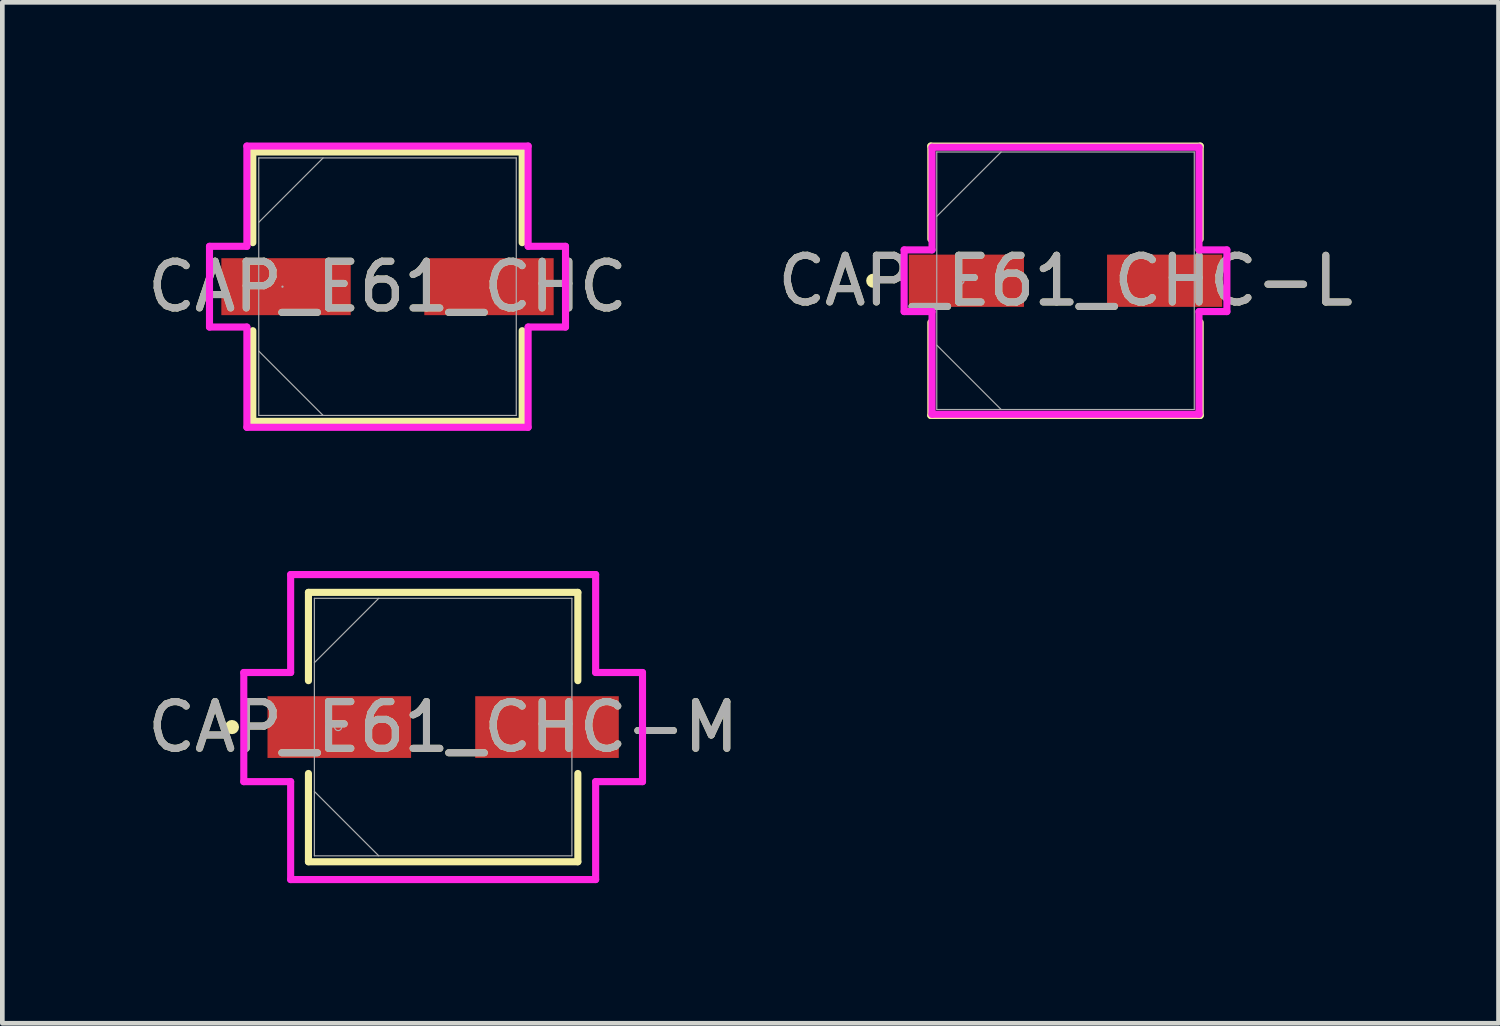
<source format=kicad_pcb>
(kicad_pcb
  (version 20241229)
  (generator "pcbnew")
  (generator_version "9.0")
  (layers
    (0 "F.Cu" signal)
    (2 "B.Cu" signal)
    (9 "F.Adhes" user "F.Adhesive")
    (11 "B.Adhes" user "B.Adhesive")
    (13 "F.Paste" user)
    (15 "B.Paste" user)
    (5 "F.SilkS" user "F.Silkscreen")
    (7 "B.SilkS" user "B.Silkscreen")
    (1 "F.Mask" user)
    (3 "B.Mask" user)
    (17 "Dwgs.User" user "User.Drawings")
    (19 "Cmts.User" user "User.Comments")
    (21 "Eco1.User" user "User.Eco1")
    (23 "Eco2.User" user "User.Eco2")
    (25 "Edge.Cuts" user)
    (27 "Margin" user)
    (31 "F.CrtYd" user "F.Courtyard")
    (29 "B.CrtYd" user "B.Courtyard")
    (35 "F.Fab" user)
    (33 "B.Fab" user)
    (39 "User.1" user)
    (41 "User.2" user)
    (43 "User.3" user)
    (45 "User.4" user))
  (footprint "CAP_E61_CHC"
    (layer "F.Cu")
    (at 5.244 3.086)
    (property "Reference" "CAP_E61_CHC" (at 0 0 0) (unlocked yes) (layer "F.SilkS") (effects (font (size 1 1) (thickness 0.15))))
    (attr smd)
    (fp_line (start -2.883 -2.883) (end -2.883 -0.942) (stroke (width 0.152) (type solid)) (layer "F.SilkS"))
    (fp_line (start -2.883 0.942) (end -2.883 2.883) (stroke (width 0.152) (type solid)) (layer "F.SilkS"))
    (fp_line (start -2.883 2.883) (end 2.883 2.883) (stroke (width 0.152) (type solid)) (layer "F.SilkS"))
    (fp_line (start 2.883 -2.883) (end -2.883 -2.883) (stroke (width 0.152) (type solid)) (layer "F.SilkS"))
    (fp_line (start 2.883 -0.942) (end 2.883 -2.883) (stroke (width 0.152) (type solid)) (layer "F.SilkS"))
    (fp_line (start 2.883 2.883) (end 2.883 0.942) (stroke (width 0.152) (type solid)) (layer "F.SilkS"))
    (fp_line (start -3.81 -0.864) (end -3.01 -0.864) (stroke (width 0.152) (type solid)) (layer "F.CrtYd"))
    (fp_line (start -3.81 0.864) (end -3.81 -0.864) (stroke (width 0.152) (type solid)) (layer "F.CrtYd"))
    (fp_line (start -3.01 -3.01) (end 3.01 -3.01) (stroke (width 0.152) (type solid)) (layer "F.CrtYd"))
    (fp_line (start -3.01 -0.864) (end -3.01 -3.01) (stroke (width 0.152) (type solid)) (layer "F.CrtYd"))
    (fp_line (start -3.01 0.864) (end -3.81 0.864) (stroke (width 0.152) (type solid)) (layer "F.CrtYd"))
    (fp_line (start -3.01 3.01) (end -3.01 0.864) (stroke (width 0.152) (type solid)) (layer "F.CrtYd"))
    (fp_line (start 3.01 -3.01) (end 3.01 -0.864) (stroke (width 0.152) (type solid)) (layer "F.CrtYd"))
    (fp_line (start 3.01 -0.864) (end 3.81 -0.864) (stroke (width 0.152) (type solid)) (layer "F.CrtYd"))
    (fp_line (start 3.01 0.864) (end 3.01 3.01) (stroke (width 0.152) (type solid)) (layer "F.CrtYd"))
    (fp_line (start 3.01 3.01) (end -3.01 3.01) (stroke (width 0.152) (type solid)) (layer "F.CrtYd"))
    (fp_line (start 3.81 -0.864) (end 3.81 0.864) (stroke (width 0.152) (type solid)) (layer "F.CrtYd"))
    (fp_line (start 3.81 0.864) (end 3.01 0.864) (stroke (width 0.152) (type solid)) (layer "F.CrtYd"))
    (fp_line (start -2.756 -2.756) (end -2.756 2.756) (stroke (width 0.025) (type solid)) (layer "F.Fab"))
    (fp_line (start -2.756 -1.378) (end -1.378 -2.756) (stroke (width 0.025) (type solid)) (layer "F.Fab"))
    (fp_line (start -2.756 1.378) (end -1.378 2.756) (stroke (width 0.025) (type solid)) (layer "F.Fab"))
    (fp_line (start -2.756 2.756) (end 2.756 2.756) (stroke (width 0.025) (type solid)) (layer "F.Fab"))
    (fp_line (start 2.756 -2.756) (end -2.756 -2.756) (stroke (width 0.025) (type solid)) (layer "F.Fab"))
    (fp_line (start 2.756 2.756) (end 2.756 -2.756) (stroke (width 0.025) (type solid)) (layer "F.Fab"))
    (fp_circle (center -2.248 0) (end -2.248 0) (stroke (width 0.025) (type solid)) (fill no) (layer "F.Fab"))
    (fp_text user "${REFERENCE}" (at 0 0 0) (unlocked yes) (layer "F.Fab") (effects (font (size 1 1) (thickness 0.15))))
    (pad "1" smd rect (at -2.172 0) (size 2.769 1.219) (layers "F.Cu" "F.Mask" "F.Paste"))
    (pad "2" smd rect (at 2.172 0) (size 2.769 1.219) (layers "F.Cu" "F.Mask" "F.Paste"))
    (zone (net_name "") (layer "F.Cu") (hatch full 0.508) (connect_pads) (min_thickness 0.254) (filled_areas_thickness no) (keepout (tracks not_allowed) (vias not_allowed) (pads allowed) (copperpour not_allowed) (footprints allowed)) (placement (enabled no)) (fill) (polygon (pts (xy 2.539 0.381) (xy 7.949 0.381) (xy 7.949 2.426) (xy 2.539 2.426))))
    (zone (net_name "") (layer "F.Cu") (hatch full 0.508) (connect_pads) (min_thickness 0.254) (filled_areas_thickness no) (keepout (tracks not_allowed) (vias not_allowed) (pads allowed) (copperpour not_allowed) (footprints allowed)) (placement (enabled no)) (fill) (polygon (pts (xy 2.539 3.747) (xy 7.949 3.747) (xy 7.949 5.791) (xy 2.539 5.791))))
    (zone (net_name "") (layer "F.Cu") (hatch full 0.508) (connect_pads) (min_thickness 0.254) (filled_areas_thickness no) (keepout (tracks not_allowed) (vias not_allowed) (pads allowed) (copperpour not_allowed) (footprints allowed)) (placement (enabled no)) (fill) (polygon (pts (xy 4.507 2.426) (xy 5.981 2.426) (xy 5.981 3.747) (xy 4.507 3.747)))))
  (footprint "CAP_E61_CHC-L"
    (layer "F.Cu")
    (at 19.756 2.959)
    (property "Reference" "CAP_E61_CHC-L" (at 0 0 0) (unlocked yes) (layer "F.SilkS") (effects (font (size 1 1) (thickness 0.15))))
    (attr smd)
    (fp_line (start -2.883 -2.883) (end -2.883 -0.892) (stroke (width 0.152) (type solid)) (layer "F.SilkS"))
    (fp_line (start -2.883 0.892) (end -2.883 2.883) (stroke (width 0.152) (type solid)) (layer "F.SilkS"))
    (fp_line (start -2.883 2.883) (end 2.883 2.883) (stroke (width 0.152) (type solid)) (layer "F.SilkS"))
    (fp_line (start 2.883 -2.883) (end -2.883 -2.883) (stroke (width 0.152) (type solid)) (layer "F.SilkS"))
    (fp_line (start 2.883 -0.892) (end 2.883 -2.883) (stroke (width 0.152) (type solid)) (layer "F.SilkS"))
    (fp_line (start 2.883 2.883) (end 2.883 0.892) (stroke (width 0.152) (type solid)) (layer "F.SilkS"))
    (fp_circle (center -4.115 0) (end -4.039 0) (stroke (width 0.152) (type solid)) (fill no) (layer "F.SilkS"))
    (fp_line (start -3.454 -0.66) (end -2.857 -0.66) (stroke (width 0.152) (type solid)) (layer "F.CrtYd"))
    (fp_line (start -3.454 0.66) (end -3.454 -0.66) (stroke (width 0.152) (type solid)) (layer "F.CrtYd"))
    (fp_line (start -2.857 -2.857) (end 2.857 -2.857) (stroke (width 0.152) (type solid)) (layer "F.CrtYd"))
    (fp_line (start -2.857 -0.66) (end -2.857 -2.857) (stroke (width 0.152) (type solid)) (layer "F.CrtYd"))
    (fp_line (start -2.857 0.66) (end -3.454 0.66) (stroke (width 0.152) (type solid)) (layer "F.CrtYd"))
    (fp_line (start -2.857 2.857) (end -2.857 0.66) (stroke (width 0.152) (type solid)) (layer "F.CrtYd"))
    (fp_line (start 2.857 -2.857) (end 2.857 -0.66) (stroke (width 0.152) (type solid)) (layer "F.CrtYd"))
    (fp_line (start 2.857 -0.66) (end 3.454 -0.66) (stroke (width 0.152) (type solid)) (layer "F.CrtYd"))
    (fp_line (start 2.857 0.66) (end 2.857 2.857) (stroke (width 0.152) (type solid)) (layer "F.CrtYd"))
    (fp_line (start 2.857 2.857) (end -2.857 2.857) (stroke (width 0.152) (type solid)) (layer "F.CrtYd"))
    (fp_line (start 3.454 -0.66) (end 3.454 0.66) (stroke (width 0.152) (type solid)) (layer "F.CrtYd"))
    (fp_line (start 3.454 0.66) (end 2.857 0.66) (stroke (width 0.152) (type solid)) (layer "F.CrtYd"))
    (fp_line (start -2.756 -2.756) (end -2.756 2.756) (stroke (width 0.025) (type solid)) (layer "F.Fab"))
    (fp_line (start -2.756 -1.378) (end -1.378 -2.756) (stroke (width 0.025) (type solid)) (layer "F.Fab"))
    (fp_line (start -2.756 1.378) (end -1.378 2.756) (stroke (width 0.025) (type solid)) (layer "F.Fab"))
    (fp_line (start -2.756 2.756) (end 2.756 2.756) (stroke (width 0.025) (type solid)) (layer "F.Fab"))
    (fp_line (start 2.756 -2.756) (end -2.756 -2.756) (stroke (width 0.025) (type solid)) (layer "F.Fab"))
    (fp_line (start 2.756 2.756) (end 2.756 -2.756) (stroke (width 0.025) (type solid)) (layer "F.Fab"))
    (fp_circle (center -2.248 0) (end -2.172 0) (stroke (width 0.025) (type solid)) (fill no) (layer "F.Fab"))
    (fp_text user "${REFERENCE}" (at 0 0 0) (unlocked yes) (layer "F.Fab") (effects (font (size 1 1) (thickness 0.15))))
    (pad "1" smd rect (at -2.121 0) (size 2.464 1.118) (layers "F.Cu" "F.Mask" "F.Paste"))
    (pad "2" smd rect (at 2.121 0) (size 2.464 1.118) (layers "F.Cu" "F.Mask" "F.Paste"))
    (zone (net_name "") (layer "F.Cu") (hatch full 0.508) (connect_pads) (min_thickness 0.254) (filled_areas_thickness no) (keepout (tracks not_allowed) (vias not_allowed) (pads allowed) (copperpour not_allowed) (footprints allowed)) (placement (enabled no)) (fill) (polygon (pts (xy 17.051 0.254) (xy 22.461 0.254) (xy 22.461 2.349) (xy 17.051 2.349))))
    (zone (net_name "") (layer "F.Cu") (hatch full 0.508) (connect_pads) (min_thickness 0.254) (filled_areas_thickness no) (keepout (tracks not_allowed) (vias not_allowed) (pads allowed) (copperpour not_allowed) (footprints allowed)) (placement (enabled no)) (fill) (polygon (pts (xy 17.051 3.569) (xy 22.461 3.569) (xy 22.461 5.664) (xy 17.051 5.664))))
    (zone (net_name "") (layer "F.Cu") (hatch full 0.508) (connect_pads) (min_thickness 0.254) (filled_areas_thickness no) (keepout (tracks not_allowed) (vias not_allowed) (pads allowed) (copperpour not_allowed) (footprints allowed)) (placement (enabled no)) (fill) (polygon (pts (xy 18.918 2.349) (xy 20.594 2.349) (xy 20.594 3.569) (xy 18.918 3.569)))))
  (footprint "CAP_E61_CHC-M"
    (layer "F.Cu")
    (at 6.435 12.512)
    (property "Reference" "CAP_E61_CHC-M" (at 0 0 0) (unlocked yes) (layer "F.SilkS") (effects (font (size 1 1) (thickness 0.15))))
    (attr smd)
    (fp_line (start -2.883 -2.883) (end -2.883 -0.993) (stroke (width 0.152) (type solid)) (layer "F.SilkS"))
    (fp_line (start -2.883 0.993) (end -2.883 2.883) (stroke (width 0.152) (type solid)) (layer "F.SilkS"))
    (fp_line (start -2.883 2.883) (end 2.883 2.883) (stroke (width 0.152) (type solid)) (layer "F.SilkS"))
    (fp_line (start 2.883 -2.883) (end -2.883 -2.883) (stroke (width 0.152) (type solid)) (layer "F.SilkS"))
    (fp_line (start 2.883 -0.993) (end 2.883 -2.883) (stroke (width 0.152) (type solid)) (layer "F.SilkS"))
    (fp_line (start 2.883 2.883) (end 2.883 0.993) (stroke (width 0.152) (type solid)) (layer "F.SilkS"))
    (fp_circle (center -4.521 0) (end -4.445 0) (stroke (width 0.152) (type solid)) (fill no) (layer "F.SilkS"))
    (fp_line (start -4.267 -1.168) (end -3.264 -1.168) (stroke (width 0.152) (type solid)) (layer "F.CrtYd"))
    (fp_line (start -4.267 1.168) (end -4.267 -1.168) (stroke (width 0.152) (type solid)) (layer "F.CrtYd"))
    (fp_line (start -3.264 -3.264) (end 3.264 -3.264) (stroke (width 0.152) (type solid)) (layer "F.CrtYd"))
    (fp_line (start -3.264 -1.168) (end -3.264 -3.264) (stroke (width 0.152) (type solid)) (layer "F.CrtYd"))
    (fp_line (start -3.264 1.168) (end -4.267 1.168) (stroke (width 0.152) (type solid)) (layer "F.CrtYd"))
    (fp_line (start -3.264 3.264) (end -3.264 1.168) (stroke (width 0.152) (type solid)) (layer "F.CrtYd"))
    (fp_line (start 3.264 -3.264) (end 3.264 -1.168) (stroke (width 0.152) (type solid)) (layer "F.CrtYd"))
    (fp_line (start 3.264 -1.168) (end 4.267 -1.168) (stroke (width 0.152) (type solid)) (layer "F.CrtYd"))
    (fp_line (start 3.264 1.168) (end 3.264 3.264) (stroke (width 0.152) (type solid)) (layer "F.CrtYd"))
    (fp_line (start 3.264 3.264) (end -3.264 3.264) (stroke (width 0.152) (type solid)) (layer "F.CrtYd"))
    (fp_line (start 4.267 -1.168) (end 4.267 1.168) (stroke (width 0.152) (type solid)) (layer "F.CrtYd"))
    (fp_line (start 4.267 1.168) (end 3.264 1.168) (stroke (width 0.152) (type solid)) (layer "F.CrtYd"))
    (fp_line (start -2.756 -2.756) (end -2.756 2.756) (stroke (width 0.025) (type solid)) (layer "F.Fab"))
    (fp_line (start -2.756 -1.378) (end -1.378 -2.756) (stroke (width 0.025) (type solid)) (layer "F.Fab"))
    (fp_line (start -2.756 1.378) (end -1.378 2.756) (stroke (width 0.025) (type solid)) (layer "F.Fab"))
    (fp_line (start -2.756 2.756) (end 2.756 2.756) (stroke (width 0.025) (type solid)) (layer "F.Fab"))
    (fp_line (start 2.756 -2.756) (end -2.756 -2.756) (stroke (width 0.025) (type solid)) (layer "F.Fab"))
    (fp_line (start 2.756 2.756) (end 2.756 -2.756) (stroke (width 0.025) (type solid)) (layer "F.Fab"))
    (fp_circle (center -2.248 0) (end -2.172 0) (stroke (width 0.025) (type solid)) (fill no) (layer "F.Fab"))
    (fp_text user "${REFERENCE}" (at 0 0 0) (unlocked yes) (layer "F.Fab") (effects (font (size 1 1) (thickness 0.15))))
    (pad "1" smd rect (at -2.223 0) (size 3.073 1.321) (layers "F.Cu" "F.Mask" "F.Paste"))
    (pad "2" smd rect (at 2.223 0) (size 3.073 1.321) (layers "F.Cu" "F.Mask" "F.Paste"))
    (zone (net_name "") (layer "F.Cu") (hatch full 0.508) (connect_pads) (min_thickness 0.254) (filled_areas_thickness no) (keepout (tracks not_allowed) (vias not_allowed) (pads allowed) (copperpour not_allowed) (footprints allowed)) (placement (enabled no)) (fill) (polygon (pts (xy 3.729 9.807) (xy 9.14 9.807) (xy 9.14 11.801) (xy 3.729 11.801))))
    (zone (net_name "") (layer "F.Cu") (hatch full 0.508) (connect_pads) (min_thickness 0.254) (filled_areas_thickness no) (keepout (tracks not_allowed) (vias not_allowed) (pads allowed) (copperpour not_allowed) (footprints allowed)) (placement (enabled no)) (fill) (polygon (pts (xy 3.729 13.223) (xy 9.14 13.223) (xy 9.14 15.217) (xy 3.729 15.217))))
    (zone (net_name "") (layer "F.Cu") (hatch full 0.508) (connect_pads) (min_thickness 0.254) (filled_areas_thickness no) (keepout (tracks not_allowed) (vias not_allowed) (pads allowed) (copperpour not_allowed) (footprints allowed)) (placement (enabled no)) (fill) (polygon (pts (xy 5.8 11.801) (xy 7.07 11.801) (xy 7.07 13.223) (xy 5.8 13.223)))))
  (gr_rect
    (start -3 -3)
    (end 29.024 18.852)
    (stroke (width 0.1) (type default))
    (fill no)
    (layer "Edge.Cuts")))
</source>
